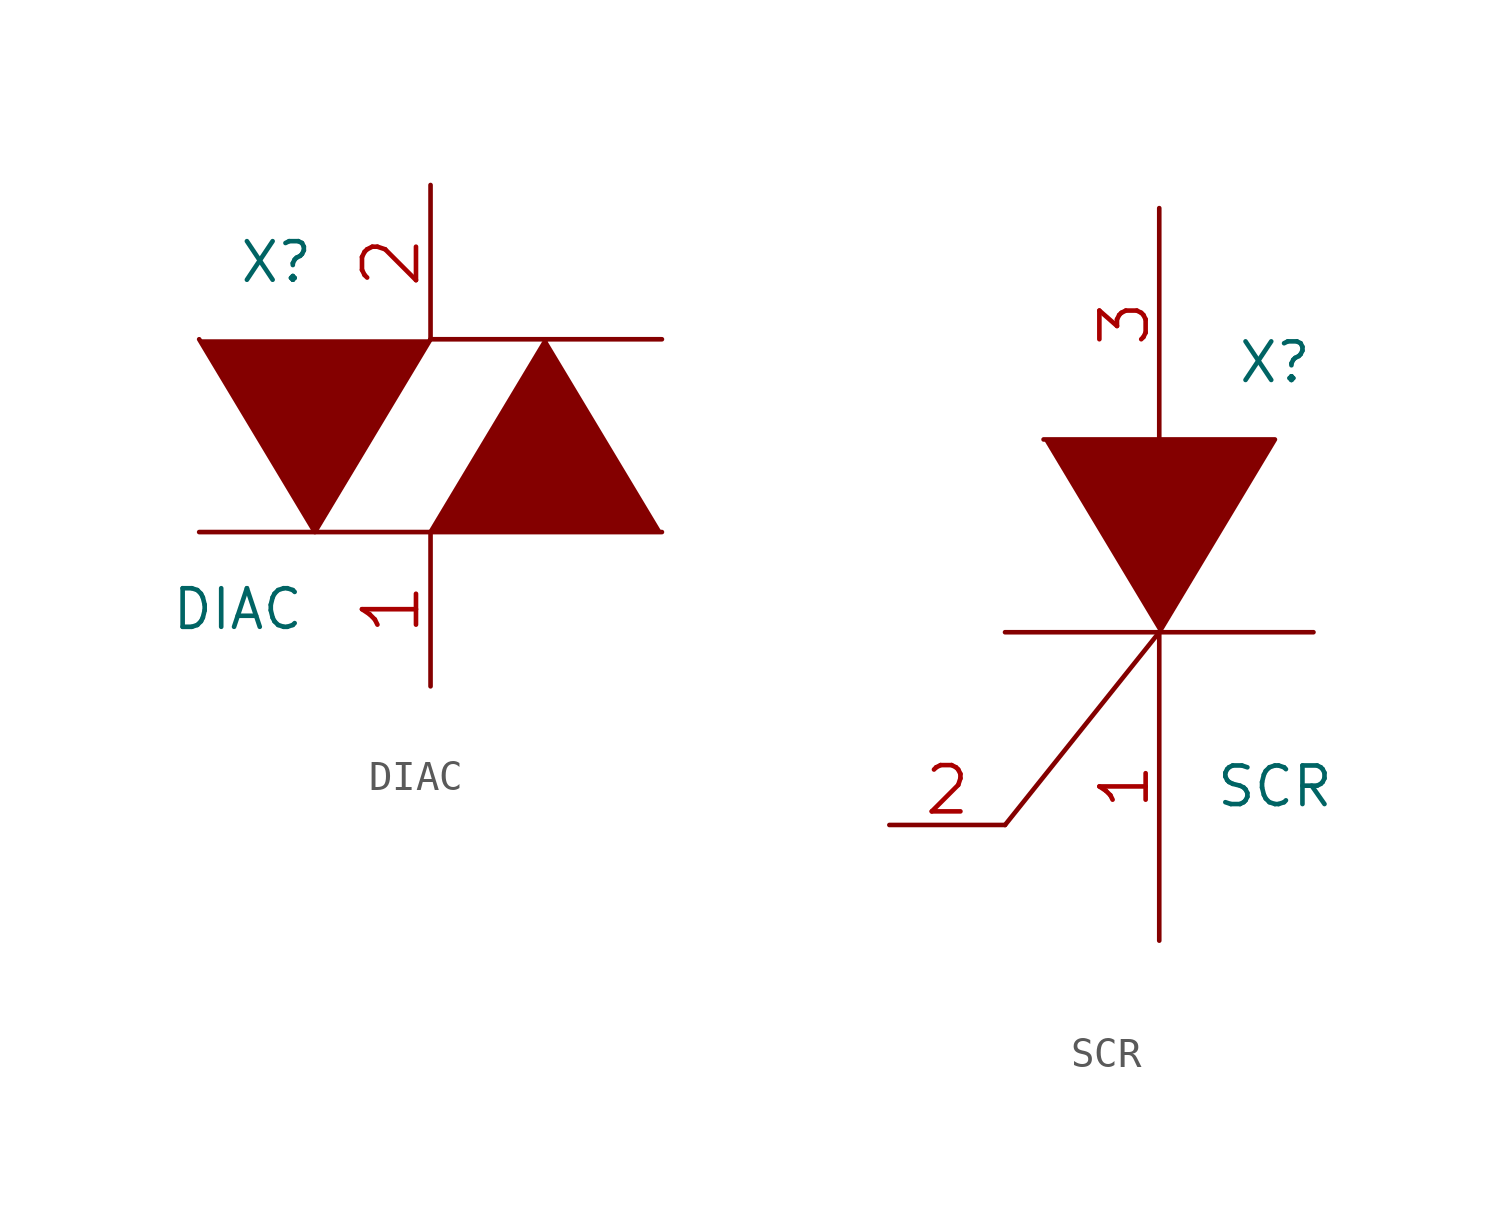
<source format=kicad_sym>
(kicad_symbol_lib
  (version 20211014)
  (generator kicad_symbol_editor)
  (symbol "DIAC"
    (pin_names
      (offset 0.254))
    (property "Reference" "X"
      (at -5.08 6.35 0)
      (effects (font (size 1.27 1.27))))
    (property "Value" "DIAC"
      (at -6.35 -5.08 0)
      (effects (font (size 1.27 1.27))))
    (property "Footprint" ""
      (at 0 -1.27 0)
      (effects (font (size 1.524 1.524))))
    (property "Datasheet" ""
      (at 0 -1.27 0)
      (effects (font (size 1.524 1.524))))
    (symbol "DIAC_0_1"
      (polyline (pts (xy -7.62 -2.54) (xy 0 -2.54)) (stroke (width 0) (type default) (color 0 0 0 0)) (fill (type none)))
      (polyline (pts (xy 0 3.81) (xy 7.62 3.81)) (stroke (width 0) (type default) (color 0 0 0 0)) (fill (type none)))
      (polyline (pts (xy -7.62 3.81) (xy -3.81 -2.54) (xy 0 3.81)) (stroke (width 0) (type default) (color 0 0 0 0)) (fill (type outline)))
      (polyline (pts (xy 3.81 3.81) (xy 0 -2.54) (xy 7.62 -2.54)) (stroke (width 0) (type default) (color 0 0 0 0)) (fill (type outline))))
    (symbol "DIAC_1_1"
      (pin passive line (at 0 -7.62 90) (length 5.08) (name "~" (effects (font (size 1.778 1.778)))) (number "1" (effects (font (size 1.778 1.778)))))
      (pin passive line (at 0 8.89 270) (length 5.08) (name "~" (effects (font (size 1.778 1.778)))) (number "2" (effects (font (size 1.778 1.778)))))))
  (symbol "SCR"
    (pin_names
      (offset 0.254) hide)
    (property "Reference" "X"
      (at 3.81 5.08 0)
      (effects (font (size 1.27 1.27))))
    (property "Value" "SCR"
      (at 3.81 -8.89 0)
      (effects (font (size 1.27 1.27))))
    (property "Footprint" ""
      (at 0 0 0)
      (effects (font (size 1.524 1.524))))
    (property "Datasheet" ""
      (at 0 0 0)
      (effects (font (size 1.524 1.524))))
    (symbol "SCR_0_0"
      (polyline (pts (xy -5.08 -3.81) (xy 5.08 -3.81)) (stroke (width 0) (type default) (color 0 0 0 0)) (fill (type none))))
    (symbol "SCR_0_1"
      (polyline (pts (xy 0 -3.81) (xy -5.08 -10.16)) (stroke (width 0) (type default) (color 0 0 0 0)) (fill (type none)))
      (polyline (pts (xy -3.81 2.54) (xy 3.81 2.54) (xy 0 -3.81)) (stroke (width 0) (type default) (color 0 0 0 0)) (fill (type outline))))
    (symbol "SCR_1_1"
      (pin input line (at 0 -13.97 90) (length 10.16) (name "K" (effects (font (size 1.778 1.778)))) (number "1" (effects (font (size 1.524 1.524)))))
      (pin input line (at -8.89 -10.16 0) (length 3.81) (name "G" (effects (font (size 1.524 1.524)))) (number "2" (effects (font (size 1.524 1.524)))))
      (pin input line (at 0 10.16 270) (length 7.62) (name "A" (effects (font (size 1.524 1.524)))) (number "3" (effects (font (size 1.524 1.524))))))))
</source>
